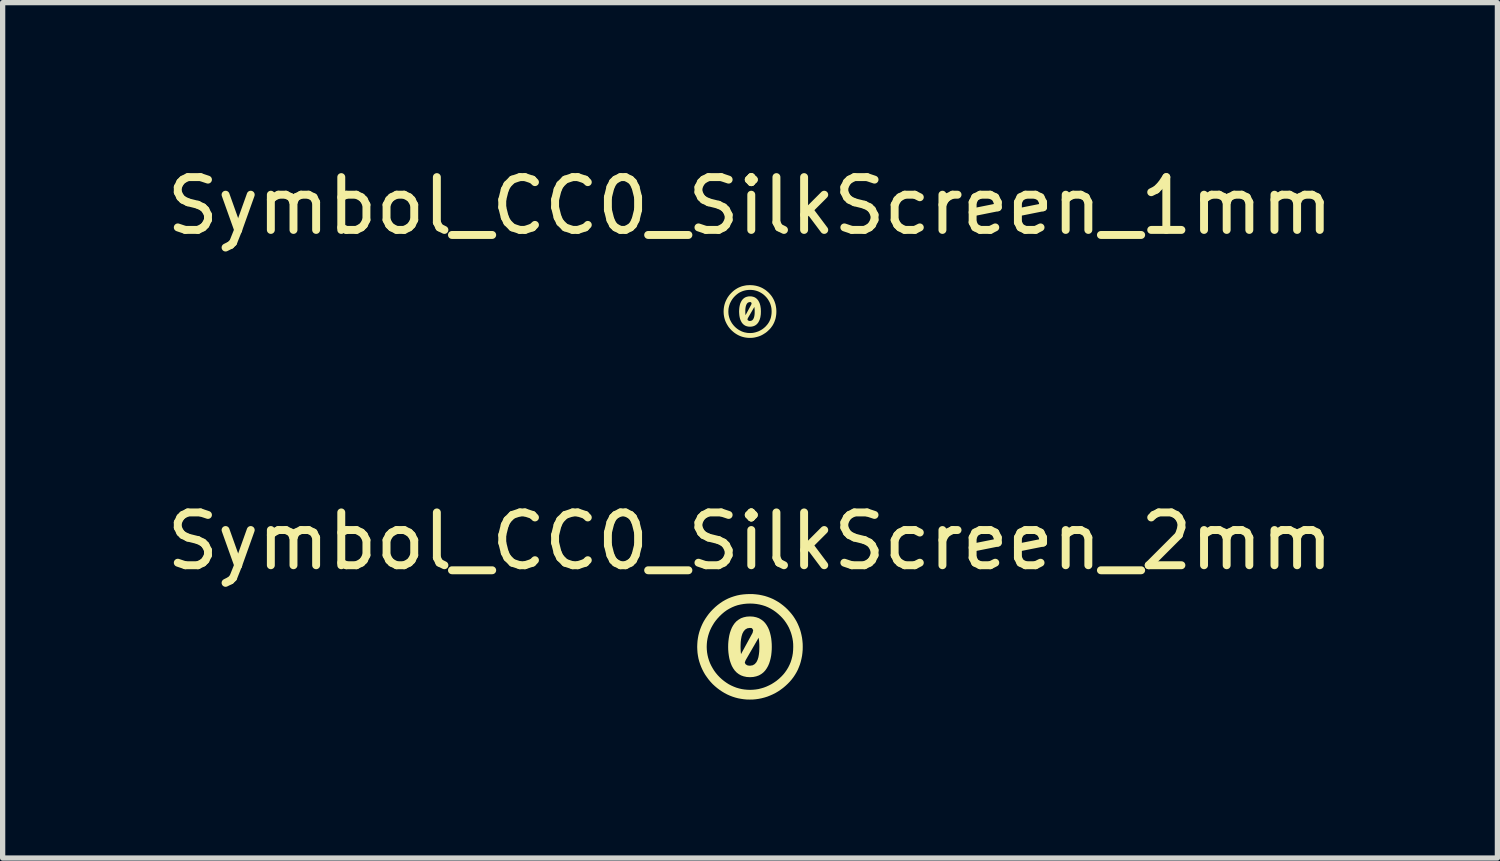
<source format=kicad_pcb>
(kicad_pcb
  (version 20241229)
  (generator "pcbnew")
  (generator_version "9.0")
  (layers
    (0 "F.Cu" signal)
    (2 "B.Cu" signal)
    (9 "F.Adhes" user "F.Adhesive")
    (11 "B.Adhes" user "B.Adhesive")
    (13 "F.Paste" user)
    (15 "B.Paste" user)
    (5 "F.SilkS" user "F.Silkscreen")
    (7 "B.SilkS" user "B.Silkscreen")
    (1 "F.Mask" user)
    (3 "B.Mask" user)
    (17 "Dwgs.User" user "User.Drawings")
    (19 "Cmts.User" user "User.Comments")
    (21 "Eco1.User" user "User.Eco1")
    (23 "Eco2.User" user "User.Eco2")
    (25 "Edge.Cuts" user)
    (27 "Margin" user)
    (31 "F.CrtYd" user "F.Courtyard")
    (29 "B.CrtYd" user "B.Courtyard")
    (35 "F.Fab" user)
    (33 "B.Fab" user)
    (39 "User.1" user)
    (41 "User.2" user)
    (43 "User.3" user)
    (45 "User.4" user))
  (footprint "Symbol_CC0_SilkScreen_2mm"
    (layer "F.Cu")
    (at 11.149 9.196)
    (property "Reference" "Symbol_CC0_SilkScreen_2mm" (at 0 -2 0) (layer "F.SilkS") (effects (font (size 1 1) (thickness 0.15))))
    (attr exclude_from_pos_files exclude_from_bom)
    (fp_poly (pts (xy -0.001 -0.576) (xy -0.001 -0.359) (xy 0.036 -0.354) (xy 0.06 -0.317) (xy 0.049 -0.266) (xy -0.171 0.138) (xy -0.176 0.087) (xy -0.178 0.04) (xy -0.179 -0.001) (xy -0.178 -0.044) (xy -0.176 -0.093) (xy -0.17 -0.145) (xy -0.16 -0.198) (xy -0.145 -0.248) (xy -0.122 -0.292) (xy -0.092 -0.327) (xy -0.052 -0.351) (xy -0.001 -0.359) (xy -0.001 -0.576) (xy 0.163 -0.173) (xy 0.172 -0.111) (xy 0.176 -0.052) (xy 0.177 -0.001) (xy 0.176 0.042) (xy 0.174 0.091) (xy 0.168 0.144) (xy 0.159 0.196) (xy 0.143 0.246) (xy 0.121 0.29) (xy 0.09 0.326) (xy 0.05 0.349) (xy -0.001 0.357) (xy -0.038 0.353) (xy -0.044 0.351) (xy -0.055 0.348) (xy -0.086 0.327) (xy -0.099 0.295) (xy -0.082 0.251) (xy 0.163 -0.173) (xy -0.001 -0.576) (xy -0.064 -0.572) (xy -0.12 -0.56) (xy -0.171 -0.542) (xy -0.215 -0.516) (xy -0.255 -0.486) (xy -0.289 -0.45) (xy -0.318 -0.409) (xy -0.343 -0.365) (xy -0.363 -0.317) (xy -0.38 -0.267) (xy -0.393 -0.215) (xy -0.402 -0.162) (xy -0.409 -0.108) (xy -0.413 -0.054) (xy -0.414 -0.001) (xy -0.413 0.052) (xy -0.409 0.106) (xy -0.402 0.16) (xy -0.393 0.213) (xy -0.38 0.265) (xy -0.363 0.315) (xy -0.343 0.363) (xy -0.318 0.407) (xy -0.289 0.448) (xy -0.255 0.484) (xy -0.215 0.515) (xy -0.171 0.54) (xy -0.12 0.558) (xy -0.064 0.57) (xy -0.001 0.574) (xy 0.062 0.57) (xy 0.118 0.558) (xy 0.169 0.54) (xy 0.213 0.515) (xy 0.253 0.484) (xy 0.287 0.448) (xy 0.316 0.407) (xy 0.341 0.363) (xy 0.362 0.315) (xy 0.378 0.265) (xy 0.391 0.213) (xy 0.401 0.16) (xy 0.407 0.106) (xy 0.411 0.052) (xy 0.412 -0.001) (xy 0.411 -0.054) (xy 0.407 -0.108) (xy 0.401 -0.162) (xy 0.391 -0.215) (xy 0.378 -0.267) (xy 0.362 -0.317) (xy 0.341 -0.365) (xy 0.316 -0.409) (xy 0.287 -0.45) (xy 0.253 -0.486) (xy 0.213 -0.516) (xy 0.169 -0.542) (xy 0.118 -0.56) (xy 0.062 -0.572) (xy -0.001 -0.576)) (stroke (width 0) (type solid)) (fill yes) (layer "F.SilkS"))
    (fp_poly (pts (xy -0.003 -1) (xy 0.001 -0.82) (xy 0.062 -0.818) (xy 0.121 -0.812) (xy 0.179 -0.802) (xy 0.235 -0.788) (xy 0.289 -0.771) (xy 0.341 -0.749) (xy 0.392 -0.723) (xy 0.442 -0.693) (xy 0.49 -0.659) (xy 0.536 -0.621) (xy 0.58 -0.58) (xy 0.618 -0.54) (xy 0.652 -0.499) (xy 0.683 -0.455) (xy 0.711 -0.41) (xy 0.736 -0.364) (xy 0.757 -0.315) (xy 0.776 -0.265) (xy 0.791 -0.214) (xy 0.803 -0.162) (xy 0.812 -0.11) (xy 0.817 -0.056) (xy 0.818 -0.001) (xy 0.816 0.061) (xy 0.811 0.12) (xy 0.801 0.178) (xy 0.787 0.234) (xy 0.77 0.288) (xy 0.748 0.34) (xy 0.723 0.39) (xy 0.694 0.438) (xy 0.661 0.485) (xy 0.625 0.529) (xy 0.584 0.571) (xy 0.543 0.609) (xy 0.5 0.644) (xy 0.455 0.675) (xy 0.409 0.704) (xy 0.361 0.729) (xy 0.311 0.752) (xy 0.261 0.771) (xy 0.21 0.786) (xy 0.159 0.799) (xy 0.107 0.807) (xy 0.054 0.812) (xy 0.001 0.814) (xy -0.053 0.812) (xy -0.106 0.807) (xy -0.158 0.799) (xy -0.209 0.787) (xy -0.26 0.772) (xy -0.309 0.753) (xy -0.358 0.731) (xy -0.405 0.706) (xy -0.45 0.677) (xy -0.493 0.646) (xy -0.535 0.612) (xy -0.575 0.575) (xy -0.613 0.535) (xy -0.648 0.493) (xy -0.68 0.449) (xy -0.708 0.404) (xy -0.734 0.357) (xy -0.757 0.309) (xy -0.776 0.259) (xy -0.792 0.208) (xy -0.804 0.157) (xy -0.813 0.105) (xy -0.818 0.052) (xy -0.82 -0.001) (xy -0.818 -0.055) (xy -0.813 -0.108) (xy -0.804 -0.16) (xy -0.792 -0.211) (xy -0.776 -0.262) (xy -0.757 -0.312) (xy -0.734 -0.361) (xy -0.708 -0.408) (xy -0.68 -0.454) (xy -0.648 -0.498) (xy -0.613 -0.54) (xy -0.575 -0.581) (xy -0.532 -0.622) (xy -0.487 -0.66) (xy -0.44 -0.694) (xy -0.391 -0.723) (xy -0.34 -0.749) (xy -0.288 -0.771) (xy -0.234 -0.789) (xy -0.178 -0.802) (xy -0.12 -0.812) (xy -0.06 -0.818) (xy 0.001 -0.82) (xy -0.003 -1) (xy -0.066 -0.998) (xy -0.128 -0.993) (xy -0.188 -0.985) (xy -0.246 -0.973) (xy -0.303 -0.957) (xy -0.359 -0.938) (xy -0.413 -0.916) (xy -0.465 -0.89) (xy -0.516 -0.861) (xy -0.565 -0.828) (xy -0.613 -0.792) (xy -0.659 -0.753) (xy -0.704 -0.71) (xy -0.744 -0.668) (xy -0.781 -0.624) (xy -0.815 -0.578) (xy -0.847 -0.531) (xy -0.876 -0.483) (xy -0.902 -0.433) (xy -0.925 -0.381) (xy -0.945 -0.329) (xy -0.962 -0.276) (xy -0.976 -0.222) (xy -0.986 -0.168) (xy -0.994 -0.113) (xy -0.998 -0.057) (xy -1 -0.001) (xy -0.998 0.056) (xy -0.994 0.112) (xy -0.986 0.167) (xy -0.976 0.221) (xy -0.962 0.274) (xy -0.945 0.327) (xy -0.925 0.379) (xy -0.902 0.43) (xy -0.877 0.479) (xy -0.849 0.527) (xy -0.817 0.573) (xy -0.784 0.618) (xy -0.747 0.662) (xy -0.708 0.704) (xy -0.666 0.743) (xy -0.622 0.78) (xy -0.577 0.814) (xy -0.531 0.845) (xy -0.483 0.874) (xy -0.434 0.9) (xy -0.383 0.923) (xy -0.331 0.943) (xy -0.278 0.96) (xy -0.224 0.974) (xy -0.17 0.984) (xy -0.115 0.992) (xy -0.059 0.997) (xy -0.003 0.998) (xy 0.053 0.997) (xy 0.109 0.992) (xy 0.165 0.984) (xy 0.22 0.973) (xy 0.274 0.959) (xy 0.328 0.942) (xy 0.381 0.921) (xy 0.433 0.898) (xy 0.484 0.872) (xy 0.533 0.843) (xy 0.58 0.811) (xy 0.626 0.777) (xy 0.67 0.74) (xy 0.713 0.7) (xy 0.752 0.66) (xy 0.788 0.618) (xy 0.821 0.575) (xy 0.851 0.53) (xy 0.879 0.483) (xy 0.904 0.435) (xy 0.925 0.385) (xy 0.945 0.333) (xy 0.961 0.28) (xy 0.974 0.225) (xy 0.985 0.17) (xy 0.992 0.114) (xy 0.997 0.057) (xy 0.998 -0.001) (xy 0.997 -0.059) (xy 0.992 -0.115) (xy 0.985 -0.171) (xy 0.974 -0.226) (xy 0.961 -0.28) (xy 0.945 -0.333) (xy 0.925 -0.385) (xy 0.903 -0.436) (xy 0.878 -0.486) (xy 0.85 -0.533) (xy 0.82 -0.579) (xy 0.786 -0.624) (xy 0.75 -0.666) (xy 0.711 -0.708) (xy 0.669 -0.748) (xy 0.625 -0.785) (xy 0.579 -0.82) (xy 0.533 -0.851) (xy 0.485 -0.879) (xy 0.436 -0.905) (xy 0.385 -0.927) (xy 0.334 -0.946) (xy 0.281 -0.963) (xy 0.226 -0.976) (xy 0.171 -0.987) (xy 0.114 -0.994) (xy 0.056 -0.999) (xy -0.003 -1)) (stroke (width 0) (type solid)) (fill yes) (layer "F.SilkS")))
  (footprint "Symbol_CC0_SilkScreen_1mm"
    (layer "F.Cu")
    (at 11.149 2.848)
    (property "Reference" "Symbol_CC0_SilkScreen_1mm" (at 0 -2 0) (layer "F.SilkS") (effects (font (size 1 1) (thickness 0.15))))
    (attr exclude_from_pos_files exclude_from_bom)
    (fp_poly (pts (xy -0.000467 -0.288) (xy -0.000467 -0.18) (xy 0.018 -0.177) (xy 0.03 -0.159) (xy 0.024 -0.133) (xy -0.085 0.069) (xy -0.088 0.044) (xy -0.089 0.02) (xy -0.089 -0.000482) (xy -0.089 -0.022) (xy -0.088 -0.047) (xy -0.085 -0.073) (xy -0.08 -0.099) (xy -0.072 -0.124) (xy -0.061 -0.146) (xy -0.046 -0.164) (xy -0.026 -0.175) (xy -0.000467 -0.18) (xy -0.000467 -0.288) (xy 0.082 -0.087) (xy 0.086 -0.056) (xy 0.088 -0.026) (xy 0.088 -0.000467) (xy 0.088 0.021) (xy 0.087 0.046) (xy 0.084 0.072) (xy 0.079 0.098) (xy 0.071 0.123) (xy 0.06 0.145) (xy 0.045 0.163) (xy 0.025 0.174) (xy -0.000435 0.179) (xy -0.019 0.177) (xy -0.022 0.175) (xy -0.027 0.174) (xy -0.043 0.163) (xy -0.049 0.148) (xy -0.041 0.125) (xy 0.082 -0.087) (xy -0.000467 -0.288) (xy -0.032 -0.286) (xy -0.06 -0.28) (xy -0.085 -0.271) (xy -0.108 -0.258) (xy -0.127 -0.243) (xy -0.144 -0.225) (xy -0.159 -0.205) (xy -0.171 -0.182) (xy -0.182 -0.159) (xy -0.19 -0.134) (xy -0.196 -0.108) (xy -0.201 -0.081) (xy -0.204 -0.054) (xy -0.206 -0.027) (xy -0.207 -0.000467) (xy -0.206 0.026) (xy -0.204 0.053) (xy -0.201 0.08) (xy -0.196 0.107) (xy -0.19 0.133) (xy -0.182 0.158) (xy -0.171 0.181) (xy -0.159 0.204) (xy -0.144 0.224) (xy -0.127 0.242) (xy -0.108 0.257) (xy -0.085 0.27) (xy -0.06 0.279) (xy -0.032 0.285) (xy -0.000467 0.287) (xy 0.031 0.285) (xy 0.059 0.279) (xy 0.084 0.27) (xy 0.107 0.257) (xy 0.126 0.242) (xy 0.143 0.224) (xy 0.158 0.204) (xy 0.17 0.181) (xy 0.181 0.158) (xy 0.189 0.133) (xy 0.196 0.107) (xy 0.2 0.08) (xy 0.204 0.053) (xy 0.205 0.026) (xy 0.206 -0.000467) (xy 0.205 -0.027) (xy 0.204 -0.054) (xy 0.2 -0.081) (xy 0.196 -0.108) (xy 0.189 -0.134) (xy 0.181 -0.159) (xy 0.17 -0.182) (xy 0.158 -0.205) (xy 0.143 -0.225) (xy 0.126 -0.243) (xy 0.107 -0.258) (xy 0.084 -0.271) (xy 0.059 -0.28) (xy 0.031 -0.286) (xy -0.000467 -0.288)) (stroke (width 0) (type solid)) (fill yes) (layer "F.SilkS"))
    (fp_poly (pts (xy -0.002 -0.5) (xy 0.001 -0.41) (xy 0.031 -0.409) (xy 0.061 -0.406) (xy 0.089 -0.401) (xy 0.117 -0.394) (xy 0.144 -0.385) (xy 0.171 -0.374) (xy 0.196 -0.361) (xy 0.221 -0.346) (xy 0.245 -0.33) (xy 0.268 -0.311) (xy 0.29 -0.29) (xy 0.309 -0.27) (xy 0.326 -0.249) (xy 0.341 -0.228) (xy 0.355 -0.205) (xy 0.368 -0.182) (xy 0.379 -0.158) (xy 0.388 -0.133) (xy 0.396 -0.107) (xy 0.402 -0.081) (xy 0.406 -0.055) (xy 0.408 -0.028) (xy 0.409 -0.000467) (xy 0.408 0.03) (xy 0.405 0.06) (xy 0.4 0.089) (xy 0.394 0.117) (xy 0.385 0.144) (xy 0.374 0.17) (xy 0.362 0.195) (xy 0.347 0.219) (xy 0.331 0.242) (xy 0.312 0.264) (xy 0.292 0.286) (xy 0.271 0.305) (xy 0.25 0.322) (xy 0.228 0.338) (xy 0.204 0.352) (xy 0.18 0.365) (xy 0.156 0.376) (xy 0.13 0.385) (xy 0.105 0.393) (xy 0.079 0.399) (xy 0.053 0.404) (xy 0.027 0.406) (xy 0.001 0.407) (xy -0.026 0.406) (xy -0.053 0.404) (xy -0.079 0.399) (xy -0.105 0.394) (xy -0.13 0.386) (xy -0.155 0.377) (xy -0.179 0.365) (xy -0.202 0.353) (xy -0.225 0.339) (xy -0.247 0.323) (xy -0.268 0.306) (xy -0.288 0.287) (xy -0.307 0.267) (xy -0.324 0.246) (xy -0.34 0.225) (xy -0.354 0.202) (xy -0.367 0.179) (xy -0.379 0.154) (xy -0.388 0.129) (xy -0.396 0.104) (xy -0.402 0.078) (xy -0.407 0.052) (xy -0.409 0.026) (xy -0.41 -0.000498) (xy -0.409 -0.027) (xy -0.407 -0.054) (xy -0.402 -0.08) (xy -0.396 -0.106) (xy -0.388 -0.131) (xy -0.379 -0.156) (xy -0.367 -0.18) (xy -0.354 -0.204) (xy -0.34 -0.227) (xy -0.324 -0.249) (xy -0.307 -0.27) (xy -0.288 -0.29) (xy -0.266 -0.311) (xy -0.243 -0.33) (xy -0.22 -0.347) (xy -0.195 -0.362) (xy -0.17 -0.374) (xy -0.144 -0.385) (xy -0.117 -0.394) (xy -0.089 -0.401) (xy -0.06 -0.406) (xy -0.03 -0.409) (xy 0.001 -0.41) (xy -0.002 -0.5) (xy -0.033 -0.499) (xy -0.064 -0.497) (xy -0.094 -0.492) (xy -0.123 -0.486) (xy -0.152 -0.479) (xy -0.179 -0.469) (xy -0.206 -0.458) (xy -0.233 -0.445) (xy -0.258 -0.43) (xy -0.283 -0.414) (xy -0.307 -0.396) (xy -0.33 -0.376) (xy -0.352 -0.355) (xy -0.372 -0.334) (xy -0.391 -0.312) (xy -0.408 -0.289) (xy -0.424 -0.266) (xy -0.438 -0.241) (xy -0.451 -0.216) (xy -0.463 -0.19) (xy -0.473 -0.164) (xy -0.481 -0.138) (xy -0.488 -0.111) (xy -0.493 -0.084) (xy -0.497 -0.056) (xy -0.499 -0.029) (xy -0.5 -0.000467) (xy -0.499 0.028) (xy -0.497 0.056) (xy -0.493 0.083) (xy -0.488 0.11) (xy -0.481 0.137) (xy -0.473 0.164) (xy -0.463 0.189) (xy -0.451 0.215) (xy -0.438 0.24) (xy -0.424 0.263) (xy -0.409 0.287) (xy -0.392 0.309) (xy -0.373 0.331) (xy -0.354 0.352) (xy -0.333 0.371) (xy -0.311 0.39) (xy -0.289 0.407) (xy -0.265 0.423) (xy -0.242 0.437) (xy -0.217 0.45) (xy -0.191 0.462) (xy -0.165 0.472) (xy -0.139 0.48) (xy -0.112 0.487) (xy -0.085 0.492) (xy -0.057 0.496) (xy -0.03 0.498) (xy -0.002 0.499) (xy 0.027 0.498) (xy 0.055 0.496) (xy 0.082 0.492) (xy 0.11 0.486) (xy 0.137 0.479) (xy 0.164 0.471) (xy 0.191 0.461) (xy 0.217 0.449) (xy 0.242 0.436) (xy 0.266 0.421) (xy 0.29 0.406) (xy 0.313 0.389) (xy 0.335 0.37) (xy 0.356 0.35) (xy 0.376 0.33) (xy 0.394 0.309) (xy 0.41 0.287) (xy 0.426 0.265) (xy 0.439 0.242) (xy 0.452 0.217) (xy 0.463 0.192) (xy 0.472 0.166) (xy 0.481 0.14) (xy 0.487 0.113) (xy 0.492 0.085) (xy 0.496 0.057) (xy 0.498 0.029) (xy 0.499 -0.000467) (xy 0.498 -0.029) (xy 0.496 -0.058) (xy 0.492 -0.086) (xy 0.487 -0.113) (xy 0.481 -0.14) (xy 0.472 -0.167) (xy 0.463 -0.193) (xy 0.452 -0.218) (xy 0.439 -0.243) (xy 0.425 -0.267) (xy 0.41 -0.29) (xy 0.393 -0.312) (xy 0.375 -0.333) (xy 0.356 -0.354) (xy 0.334 -0.374) (xy 0.312 -0.393) (xy 0.29 -0.41) (xy 0.266 -0.425) (xy 0.242 -0.44) (xy 0.218 -0.452) (xy 0.193 -0.463) (xy 0.167 -0.473) (xy 0.14 -0.481) (xy 0.113 -0.488) (xy 0.085 -0.493) (xy 0.057 -0.497) (xy 0.028 -0.499) (xy -0.002 -0.5)) (stroke (width 0) (type solid)) (fill yes) (layer "F.SilkS")))
  (gr_rect
    (start -3 -3)
    (end 25.298 13.194)
    (stroke (width 0.1) (type default))
    (fill no)
    (layer "Edge.Cuts")))
</source>
